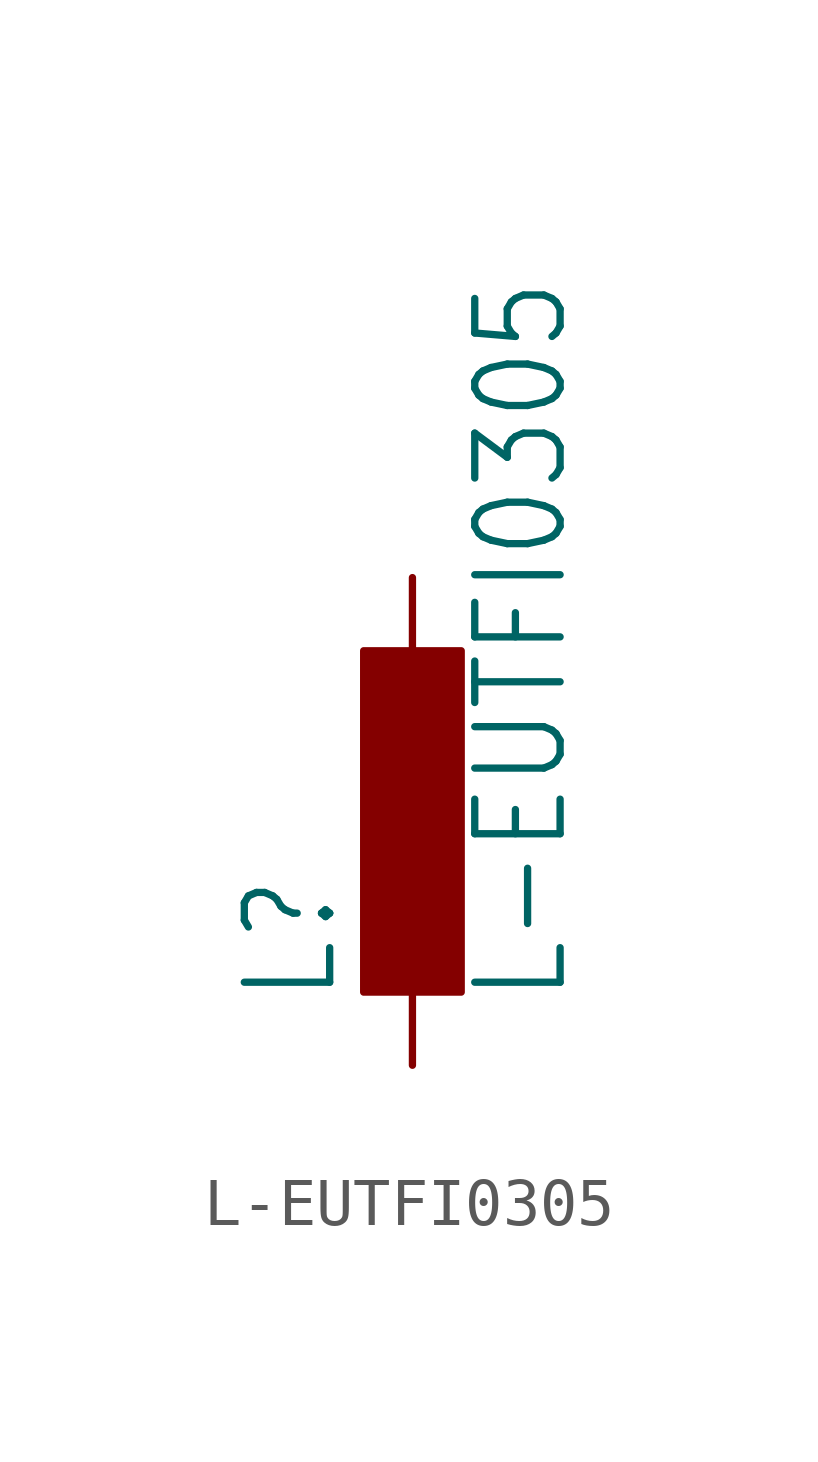
<source format=kicad_sym>
(kicad_symbol_lib
  (version 20211014)
  (generator kicad_symbol_editor)
  (symbol "L-EUTFI0305"
    (property "Reference" "L"
      (at -1.499 -3.81 90)
      (effects (font (size 1.778 1.511)) (justify left bottom)))
    (property "Value" "L-EUTFI0305"
      (at 3.302 -3.81 90)
      (effects (font (size 1.778 1.511)) (justify left bottom)))
    (property "ki_locked" ""
      (at 0 0 0)
      (effects (font (size 1.27 1.27))))
    (symbol "L-EUTFI0305_1_0"
      (rectangle (start -1.016 -3.556) (end 1.016 3.556) (stroke (width 0) (type default) (color 0 0 0 0)) (fill (type outline)))
      (pin passive line (at 0 5.08 270) (length 2.54) (name "1" (effects (font (size 0 0)))) (number "1" (effects (font (size 0 0)))))
      (pin passive line (at 0 -5.08 90) (length 2.54) (name "2" (effects (font (size 0 0)))) (number "2" (effects (font (size 0 0))))))))
</source>
